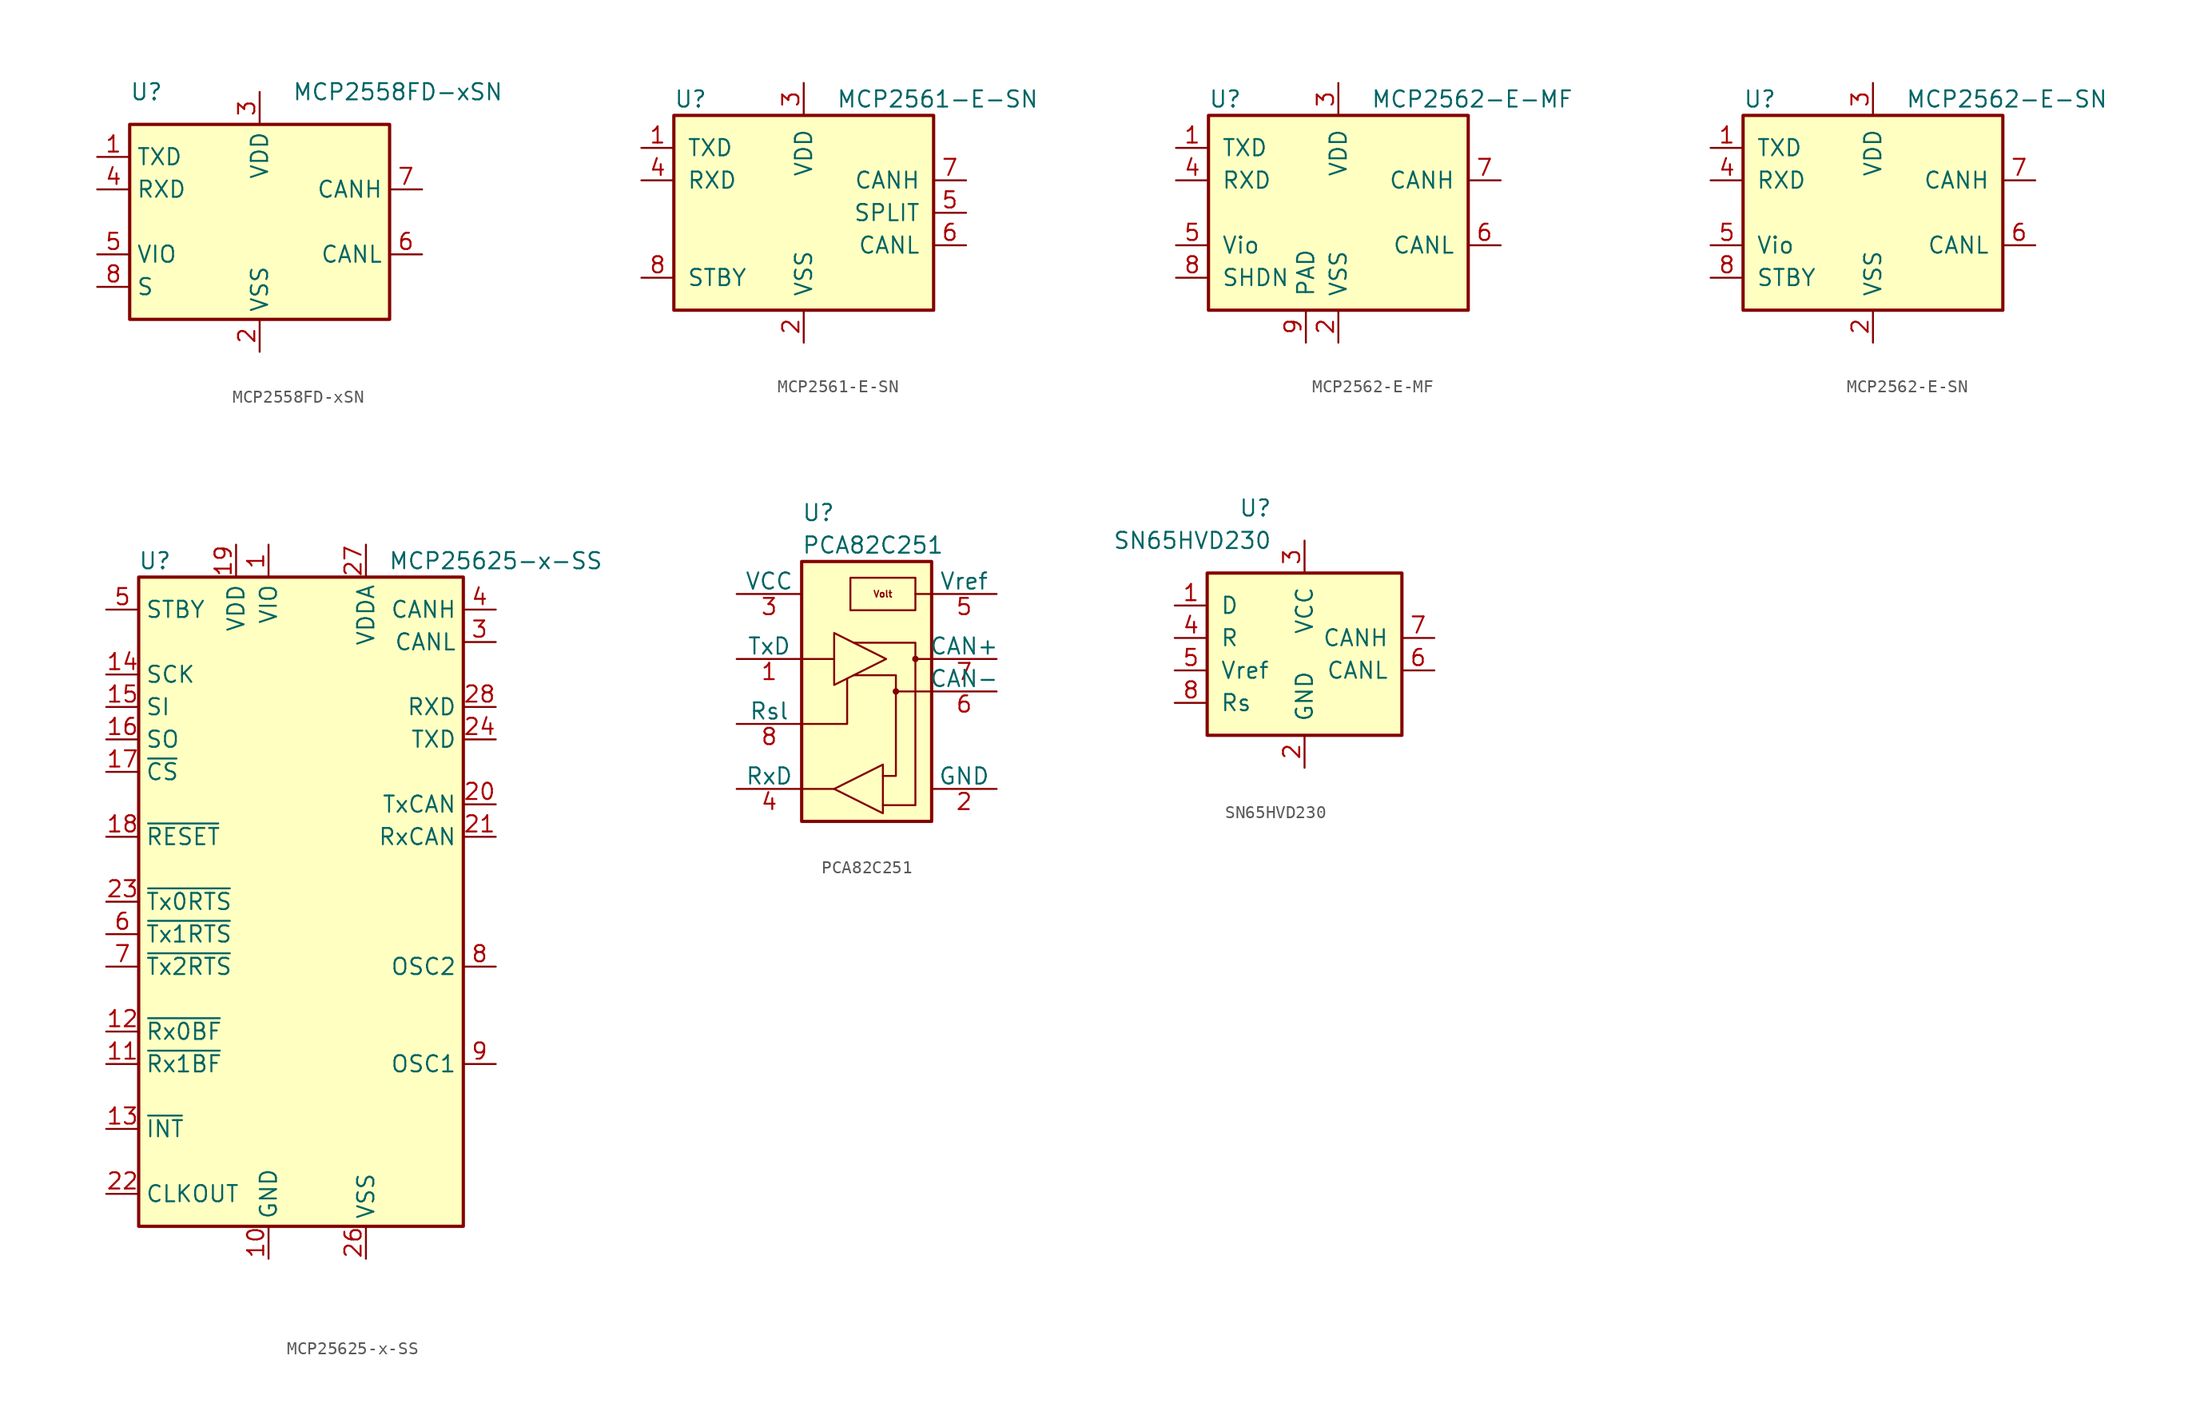
<source format=kicad_sym>
(kicad_symbol_lib
  (version 20201005)
  (generator kicad_symbol_editor)
  (symbol "MCP2558FD-xSN"
    (property "Reference" "U"
      (at -10.16 10.16 0)
      (effects (font (size 1.27 1.27)) (justify left)))
    (property "Value" "MCP2558FD-xSN"
      (at 2.54 10.16 0)
      (effects (font (size 1.27 1.27)) (justify left)))
    (symbol "MCP2558FD-xSN_0_1"
      (rectangle (start -10.16 7.62) (end 10.16 -7.62) (stroke (width 0.254)) (fill (type background))))
    (symbol "MCP2558FD-xSN_1_1"
      (pin input line (at -12.7 5.08 0) (length 2.54) (name "TXD" (effects (font (size 1.27 1.27)))) (number "1" (effects (font (size 1.27 1.27)))))
      (pin power_in line (at 0 -10.16 90) (length 2.54) (name "VSS" (effects (font (size 1.27 1.27)))) (number "2" (effects (font (size 1.27 1.27)))))
      (pin power_in line (at 0 10.16 270) (length 2.54) (name "VDD" (effects (font (size 1.27 1.27)))) (number "3" (effects (font (size 1.27 1.27)))))
      (pin output line (at -12.7 2.54 0) (length 2.54) (name "RXD" (effects (font (size 1.27 1.27)))) (number "4" (effects (font (size 1.27 1.27)))))
      (pin power_in line (at -12.7 -2.54 0) (length 2.54) (name "VIO" (effects (font (size 1.27 1.27)))) (number "5" (effects (font (size 1.27 1.27)))))
      (pin bidirectional line (at 12.7 -2.54 180) (length 2.54) (name "CANL" (effects (font (size 1.27 1.27)))) (number "6" (effects (font (size 1.27 1.27)))))
      (pin bidirectional line (at 12.7 2.54 180) (length 2.54) (name "CANH" (effects (font (size 1.27 1.27)))) (number "7" (effects (font (size 1.27 1.27)))))
      (pin input line (at -12.7 -5.08 0) (length 2.54) (name "S" (effects (font (size 1.27 1.27)))) (number "8" (effects (font (size 1.27 1.27)))))))
  (symbol "MCP2561-E-SN"
    (pin_names
      (offset 1.016))
    (property "Reference" "U"
      (at -10.16 8.89 0)
      (effects (font (size 1.27 1.27)) (justify left)))
    (property "Value" "MCP2561-E-SN"
      (at 2.54 8.89 0)
      (effects (font (size 1.27 1.27)) (justify left)))
    (symbol "MCP2561-E-SN_0_1"
      (rectangle (start -10.16 7.62) (end 10.16 -7.62) (stroke (width 0.254)) (fill (type background))))
    (symbol "MCP2561-E-SN_1_1"
      (pin input line (at -12.7 5.08 0) (length 2.54) (name "TXD" (effects (font (size 1.27 1.27)))) (number "1" (effects (font (size 1.27 1.27)))))
      (pin power_in line (at 0 -10.16 90) (length 2.54) (name "VSS" (effects (font (size 1.27 1.27)))) (number "2" (effects (font (size 1.27 1.27)))))
      (pin power_in line (at 0 10.16 270) (length 2.54) (name "VDD" (effects (font (size 1.27 1.27)))) (number "3" (effects (font (size 1.27 1.27)))))
      (pin output line (at -12.7 2.54 0) (length 2.54) (name "RXD" (effects (font (size 1.27 1.27)))) (number "4" (effects (font (size 1.27 1.27)))))
      (pin passive line (at 12.7 0 180) (length 2.54) (name "SPLIT" (effects (font (size 1.27 1.27)))) (number "5" (effects (font (size 1.27 1.27)))))
      (pin bidirectional line (at 12.7 -2.54 180) (length 2.54) (name "CANL" (effects (font (size 1.27 1.27)))) (number "6" (effects (font (size 1.27 1.27)))))
      (pin bidirectional line (at 12.7 2.54 180) (length 2.54) (name "CANH" (effects (font (size 1.27 1.27)))) (number "7" (effects (font (size 1.27 1.27)))))
      (pin input line (at -12.7 -5.08 0) (length 2.54) (name "STBY" (effects (font (size 1.27 1.27)))) (number "8" (effects (font (size 1.27 1.27)))))))
  (symbol "MCP2562-E-MF"
    (pin_names
      (offset 1.016))
    (property "Reference" "U"
      (at -10.16 8.89 0)
      (effects (font (size 1.27 1.27)) (justify left)))
    (property "Value" "MCP2562-E-MF"
      (at 2.54 8.89 0)
      (effects (font (size 1.27 1.27)) (justify left)))
    (symbol "MCP2562-E-MF_0_1"
      (rectangle (start -10.16 7.62) (end 10.16 -7.62) (stroke (width 0.254)) (fill (type background))))
    (symbol "MCP2562-E-MF_1_1"
      (pin input line (at -12.7 5.08 0) (length 2.54) (name "TXD" (effects (font (size 1.27 1.27)))) (number "1" (effects (font (size 1.27 1.27)))))
      (pin power_in line (at 0 -10.16 90) (length 2.54) (name "VSS" (effects (font (size 1.27 1.27)))) (number "2" (effects (font (size 1.27 1.27)))))
      (pin power_in line (at 0 10.16 270) (length 2.54) (name "VDD" (effects (font (size 1.27 1.27)))) (number "3" (effects (font (size 1.27 1.27)))))
      (pin output line (at -12.7 2.54 0) (length 2.54) (name "RXD" (effects (font (size 1.27 1.27)))) (number "4" (effects (font (size 1.27 1.27)))))
      (pin power_in line (at -12.7 -2.54 0) (length 2.54) (name "Vio" (effects (font (size 1.27 1.27)))) (number "5" (effects (font (size 1.27 1.27)))))
      (pin bidirectional line (at 12.7 -2.54 180) (length 2.54) (name "CANL" (effects (font (size 1.27 1.27)))) (number "6" (effects (font (size 1.27 1.27)))))
      (pin bidirectional line (at 12.7 2.54 180) (length 2.54) (name "CANH" (effects (font (size 1.27 1.27)))) (number "7" (effects (font (size 1.27 1.27)))))
      (pin input line (at -12.7 -5.08 0) (length 2.54) (name "SHDN" (effects (font (size 1.27 1.27)))) (number "8" (effects (font (size 1.27 1.27)))))
      (pin power_in line (at -2.54 -10.16 90) (length 2.54) (name "PAD" (effects (font (size 1.27 1.27)))) (number "9" (effects (font (size 1.27 1.27)))))))
  (symbol "MCP2562-E-SN"
    (pin_names
      (offset 1.016))
    (property "Reference" "U"
      (at -10.16 8.89 0)
      (effects (font (size 1.27 1.27)) (justify left)))
    (property "Value" "MCP2562-E-SN"
      (at 2.54 8.89 0)
      (effects (font (size 1.27 1.27)) (justify left)))
    (symbol "MCP2562-E-SN_0_1"
      (rectangle (start -10.16 7.62) (end 10.16 -7.62) (stroke (width 0.254)) (fill (type background))))
    (symbol "MCP2562-E-SN_1_1"
      (pin input line (at -12.7 5.08 0) (length 2.54) (name "TXD" (effects (font (size 1.27 1.27)))) (number "1" (effects (font (size 1.27 1.27)))))
      (pin power_in line (at 0 -10.16 90) (length 2.54) (name "VSS" (effects (font (size 1.27 1.27)))) (number "2" (effects (font (size 1.27 1.27)))))
      (pin power_in line (at 0 10.16 270) (length 2.54) (name "VDD" (effects (font (size 1.27 1.27)))) (number "3" (effects (font (size 1.27 1.27)))))
      (pin output line (at -12.7 2.54 0) (length 2.54) (name "RXD" (effects (font (size 1.27 1.27)))) (number "4" (effects (font (size 1.27 1.27)))))
      (pin power_in line (at -12.7 -2.54 0) (length 2.54) (name "Vio" (effects (font (size 1.27 1.27)))) (number "5" (effects (font (size 1.27 1.27)))))
      (pin bidirectional line (at 12.7 -2.54 180) (length 2.54) (name "CANL" (effects (font (size 1.27 1.27)))) (number "6" (effects (font (size 1.27 1.27)))))
      (pin bidirectional line (at 12.7 2.54 180) (length 2.54) (name "CANH" (effects (font (size 1.27 1.27)))) (number "7" (effects (font (size 1.27 1.27)))))
      (pin input line (at -12.7 -5.08 0) (length 2.54) (name "STBY" (effects (font (size 1.27 1.27)))) (number "8" (effects (font (size 1.27 1.27)))))))
  (symbol "MCP25625-x-SS"
    (property "Reference" "U"
      (at -11.43 26.67 0)
      (effects (font (size 1.27 1.27))))
    (property "Value" "MCP25625-x-SS"
      (at 15.24 26.67 0)
      (effects (font (size 1.27 1.27))))
    (symbol "MCP25625-x-SS_0_1"
      (rectangle (start -12.7 25.4) (end 12.7 -25.4) (stroke (width 0.254)) (fill (type background))))
    (symbol "MCP25625-x-SS_1_1"
      (pin power_in line (at -2.54 27.94 270) (length 2.54) (name "VIO" (effects (font (size 1.27 1.27)))) (number "1" (effects (font (size 1.27 1.27)))))
      (pin power_in line (at -2.54 -27.94 90) (length 2.54) (name "GND" (effects (font (size 1.27 1.27)))) (number "10" (effects (font (size 1.27 1.27)))))
      (pin output line (at -15.24 -12.7 0) (length 2.54) (name "~Rx1BF" (effects (font (size 1.27 1.27)))) (number "11" (effects (font (size 1.27 1.27)))))
      (pin output line (at -15.24 -10.16 0) (length 2.54) (name "~Rx0BF" (effects (font (size 1.27 1.27)))) (number "12" (effects (font (size 1.27 1.27)))))
      (pin output line (at -15.24 -17.78 0) (length 2.54) (name "~INT" (effects (font (size 1.27 1.27)))) (number "13" (effects (font (size 1.27 1.27)))))
      (pin input line (at -15.24 17.78 0) (length 2.54) (name "SCK" (effects (font (size 1.27 1.27)))) (number "14" (effects (font (size 1.27 1.27)))))
      (pin input line (at -15.24 15.24 0) (length 2.54) (name "SI" (effects (font (size 1.27 1.27)))) (number "15" (effects (font (size 1.27 1.27)))))
      (pin output line (at -15.24 12.7 0) (length 2.54) (name "SO" (effects (font (size 1.27 1.27)))) (number "16" (effects (font (size 1.27 1.27)))))
      (pin input line (at -15.24 10.16 0) (length 2.54) (name "~CS" (effects (font (size 1.27 1.27)))) (number "17" (effects (font (size 1.27 1.27)))))
      (pin input line (at -15.24 5.08 0) (length 2.54) (name "~RESET" (effects (font (size 1.27 1.27)))) (number "18" (effects (font (size 1.27 1.27)))))
      (pin power_in line (at -5.08 27.94 270) (length 2.54) (name "VDD" (effects (font (size 1.27 1.27)))) (number "19" (effects (font (size 1.27 1.27)))))
      (pin no_connect line (at 12.7 -15.24 180) (length 2.54) hide (name "NC" (effects (font (size 1.27 1.27)))) (number "2" (effects (font (size 1.27 1.27)))))
      (pin output line (at 15.24 7.62 180) (length 2.54) (name "TxCAN" (effects (font (size 1.27 1.27)))) (number "20" (effects (font (size 1.27 1.27)))))
      (pin input line (at 15.24 5.08 180) (length 2.54) (name "RxCAN" (effects (font (size 1.27 1.27)))) (number "21" (effects (font (size 1.27 1.27)))))
      (pin output line (at -15.24 -22.86 0) (length 2.54) (name "CLKOUT" (effects (font (size 1.27 1.27)))) (number "22" (effects (font (size 1.27 1.27)))))
      (pin input line (at -15.24 0 0) (length 2.54) (name "~Tx0RTS" (effects (font (size 1.27 1.27)))) (number "23" (effects (font (size 1.27 1.27)))))
      (pin input line (at 15.24 12.7 180) (length 2.54) (name "TXD" (effects (font (size 1.27 1.27)))) (number "24" (effects (font (size 1.27 1.27)))))
      (pin no_connect line (at 12.7 -17.78 180) (length 2.54) hide (name "NC" (effects (font (size 1.27 1.27)))) (number "25" (effects (font (size 1.27 1.27)))))
      (pin power_in line (at 5.08 -27.94 90) (length 2.54) (name "VSS" (effects (font (size 1.27 1.27)))) (number "26" (effects (font (size 1.27 1.27)))))
      (pin power_in line (at 5.08 27.94 270) (length 2.54) (name "VDDA" (effects (font (size 1.27 1.27)))) (number "27" (effects (font (size 1.27 1.27)))))
      (pin output line (at 15.24 15.24 180) (length 2.54) (name "RXD" (effects (font (size 1.27 1.27)))) (number "28" (effects (font (size 1.27 1.27)))))
      (pin bidirectional line (at 15.24 20.32 180) (length 2.54) (name "CANL" (effects (font (size 1.27 1.27)))) (number "3" (effects (font (size 1.27 1.27)))))
      (pin bidirectional line (at 15.24 22.86 180) (length 2.54) (name "CANH" (effects (font (size 1.27 1.27)))) (number "4" (effects (font (size 1.27 1.27)))))
      (pin input line (at -15.24 22.86 0) (length 2.54) (name "STBY" (effects (font (size 1.27 1.27)))) (number "5" (effects (font (size 1.27 1.27)))))
      (pin input line (at -15.24 -2.54 0) (length 2.54) (name "~Tx1RTS" (effects (font (size 1.27 1.27)))) (number "6" (effects (font (size 1.27 1.27)))))
      (pin input line (at -15.24 -5.08 0) (length 2.54) (name "~Tx2RTS" (effects (font (size 1.27 1.27)))) (number "7" (effects (font (size 1.27 1.27)))))
      (pin output line (at 15.24 -5.08 180) (length 2.54) (name "OSC2" (effects (font (size 1.27 1.27)))) (number "8" (effects (font (size 1.27 1.27)))))
      (pin input line (at 15.24 -12.7 180) (length 2.54) (name "OSC1" (effects (font (size 1.27 1.27)))) (number "9" (effects (font (size 1.27 1.27)))))))
  (symbol "PCA82C251"
    (pin_names
      (offset 0))
    (property "Reference" "U"
      (at -5.08 13.97 0)
      (effects (font (size 1.27 1.27)) (justify left)))
    (property "Value" "PCA82C251"
      (at -5.08 11.43 0)
      (effects (font (size 1.27 1.27)) (justify left)))
    (symbol "PCA82C251_0_1"
      (circle (center 2.286 0) (radius 0.127) (stroke (width 0.254)) (fill (type none)))
      (circle (center 3.81 2.54) (radius 0.127) (stroke (width 0.254)) (fill (type none)))
      (text "Volt" (at 1.27 7.62 0) (effects (font (size 0.508 0.508) bold)))
      (rectangle (start -5.08 10.16) (end 5.08 -10.16) (stroke (width 0.254)) (fill (type background)))
      (polyline (pts (xy -2.54 -7.62) (xy -5.08 -7.62)) (stroke (width 0)) (fill (type none)))
      (polyline (pts (xy -2.54 2.54) (xy -5.08 2.54)) (stroke (width 0)) (fill (type none)))
      (polyline (pts (xy 2.286 0) (xy 5.08 0)) (stroke (width 0)) (fill (type none)))
      (polyline (pts (xy 3.81 2.54) (xy 5.08 2.54)) (stroke (width 0)) (fill (type none)))
      (polyline (pts (xy 3.81 7.62) (xy 5.08 7.62)) (stroke (width 0)) (fill (type none)))
      (polyline (pts (xy -5.08 -2.54) (xy -1.524 -2.54) (xy -1.524 1.016)) (stroke (width 0)) (fill (type none)))
      (polyline (pts (xy -2.54 -7.62) (xy 1.27 -5.715) (xy 1.27 -9.525) (xy -2.54 -7.62)) (stroke (width 0)) (fill (type none)))
      (polyline (pts (xy -2.54 4.572) (xy -2.54 0.508) (xy 1.524 2.54) (xy -2.54 4.572)) (stroke (width 0)) (fill (type none)))
      (polyline (pts (xy -1.016 1.27) (xy 2.286 1.27) (xy 2.286 -6.604) (xy 1.27 -6.604)) (stroke (width 0)) (fill (type none)))
      (polyline (pts (xy -1.016 3.81) (xy 3.81 3.81) (xy 3.81 -8.89) (xy 1.27 -8.89)) (stroke (width 0)) (fill (type none)))
      (polyline (pts (xy -1.27 8.89) (xy -1.27 6.35) (xy 3.81 6.35) (xy 3.81 8.89) (xy -1.27 8.89)) (stroke (width 0)) (fill (type none))))
    (symbol "PCA82C251_1_1"
      (pin input line (at -10.16 2.54 0) (length 5.08) (name "TxD" (effects (font (size 1.27 1.27)))) (number "1" (effects (font (size 1.27 1.27)))))
      (pin power_in line (at 10.16 -7.62 180) (length 5.08) (name "GND" (effects (font (size 1.27 1.27)))) (number "2" (effects (font (size 1.27 1.27)))))
      (pin power_in line (at -10.16 7.62 0) (length 5.08) (name "VCC" (effects (font (size 1.27 1.27)))) (number "3" (effects (font (size 1.27 1.27)))))
      (pin output line (at -10.16 -7.62 0) (length 5.08) (name "RxD" (effects (font (size 1.27 1.27)))) (number "4" (effects (font (size 1.27 1.27)))))
      (pin output line (at 10.16 7.62 180) (length 5.08) (name "Vref" (effects (font (size 1.27 1.27)))) (number "5" (effects (font (size 1.27 1.27)))))
      (pin bidirectional line (at 10.16 0 180) (length 5.08) (name "CAN-" (effects (font (size 1.27 1.27)))) (number "6" (effects (font (size 1.27 1.27)))))
      (pin bidirectional line (at 10.16 2.54 180) (length 5.08) (name "CAN+" (effects (font (size 1.27 1.27)))) (number "7" (effects (font (size 1.27 1.27)))))
      (pin input line (at -10.16 -2.54 0) (length 5.08) (name "Rsl" (effects (font (size 1.27 1.27)))) (number "8" (effects (font (size 1.27 1.27)))))))
  (symbol "SN65HVD230"
    (pin_names
      (offset 1.016))
    (property "Reference" "U"
      (at -2.54 10.16 0)
      (effects (font (size 1.27 1.27)) (justify right)))
    (property "Value" "SN65HVD230"
      (at -2.54 7.62 0)
      (effects (font (size 1.27 1.27)) (justify right)))
    (symbol "SN65HVD230_0_1"
      (rectangle (start -7.62 5.08) (end 7.62 -7.62) (stroke (width 0.254)) (fill (type background))))
    (symbol "SN65HVD230_1_1"
      (pin input line (at -10.16 2.54 0) (length 2.54) (name "D" (effects (font (size 1.27 1.27)))) (number "1" (effects (font (size 1.27 1.27)))))
      (pin power_in line (at 0 -10.16 90) (length 2.54) (name "GND" (effects (font (size 1.27 1.27)))) (number "2" (effects (font (size 1.27 1.27)))))
      (pin power_in line (at 0 7.62 270) (length 2.54) (name "VCC" (effects (font (size 1.27 1.27)))) (number "3" (effects (font (size 1.27 1.27)))))
      (pin output line (at -10.16 0 0) (length 2.54) (name "R" (effects (font (size 1.27 1.27)))) (number "4" (effects (font (size 1.27 1.27)))))
      (pin output line (at -10.16 -2.54 0) (length 2.54) (name "Vref" (effects (font (size 1.27 1.27)))) (number "5" (effects (font (size 1.27 1.27)))))
      (pin bidirectional line (at 10.16 -2.54 180) (length 2.54) (name "CANL" (effects (font (size 1.27 1.27)))) (number "6" (effects (font (size 1.27 1.27)))))
      (pin bidirectional line (at 10.16 0 180) (length 2.54) (name "CANH" (effects (font (size 1.27 1.27)))) (number "7" (effects (font (size 1.27 1.27)))))
      (pin input line (at -10.16 -5.08 0) (length 2.54) (name "Rs" (effects (font (size 1.27 1.27)))) (number "8" (effects (font (size 1.27 1.27))))))))
</source>
